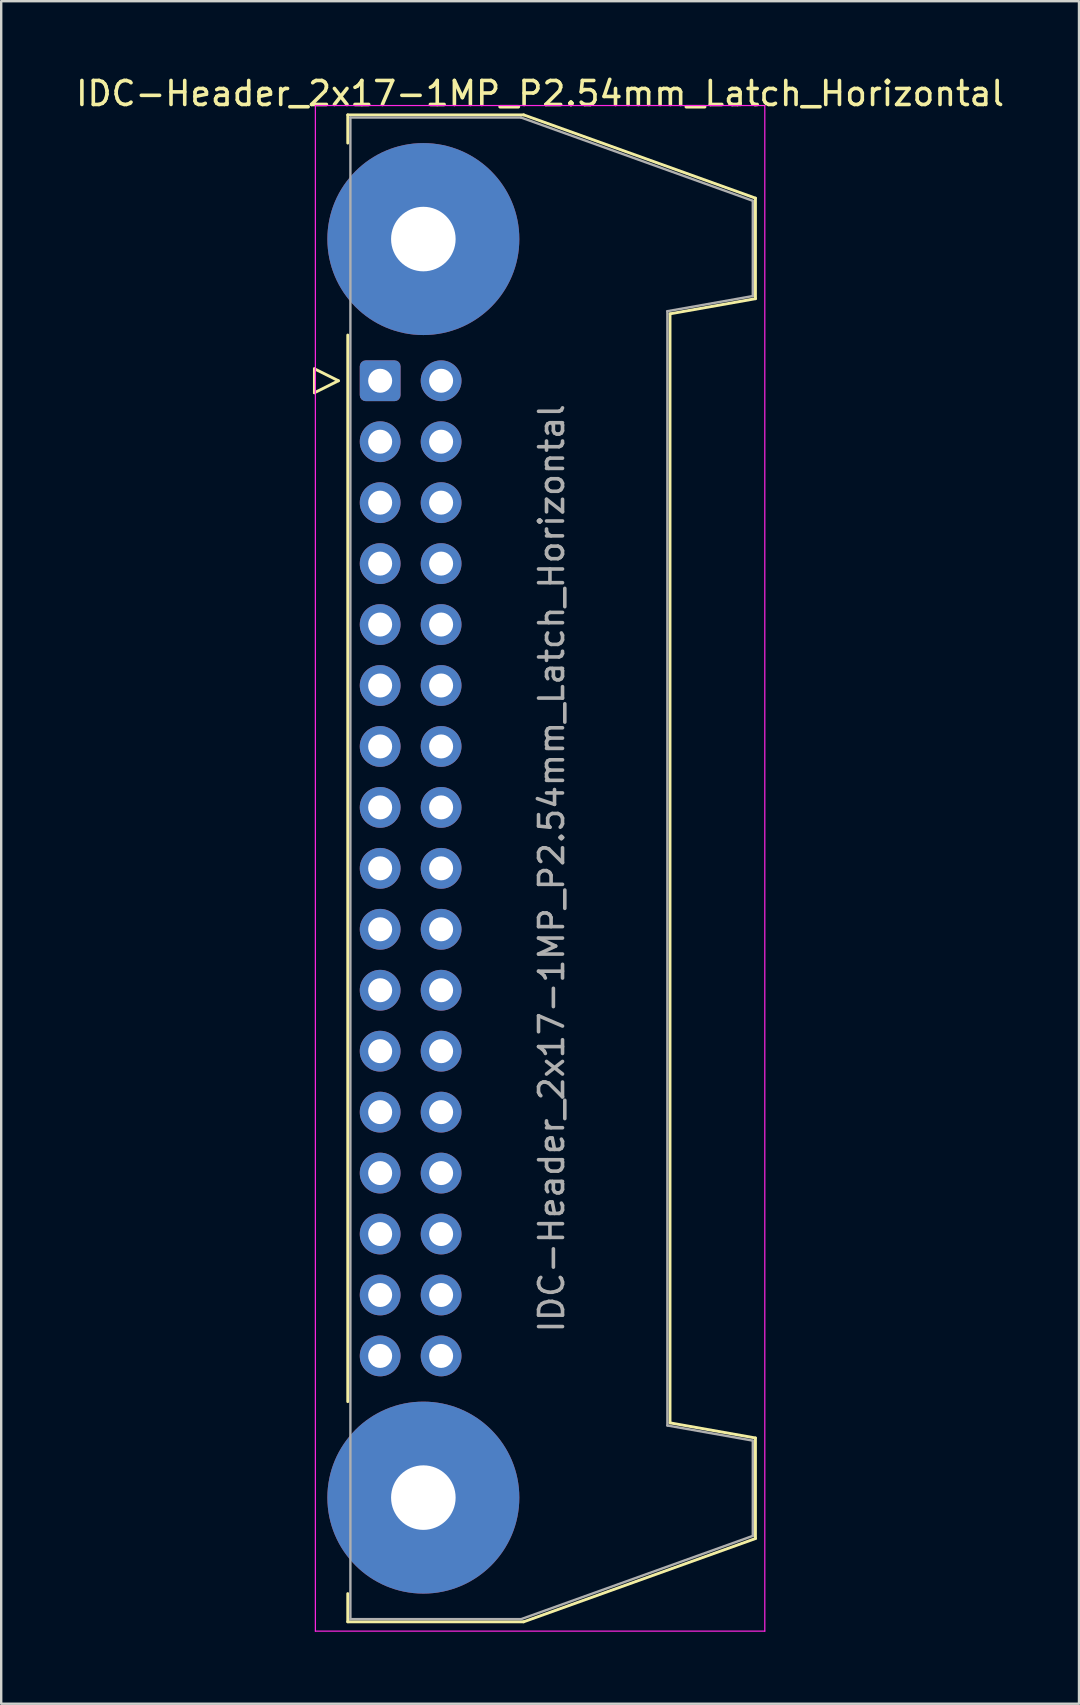
<source format=kicad_pcb>
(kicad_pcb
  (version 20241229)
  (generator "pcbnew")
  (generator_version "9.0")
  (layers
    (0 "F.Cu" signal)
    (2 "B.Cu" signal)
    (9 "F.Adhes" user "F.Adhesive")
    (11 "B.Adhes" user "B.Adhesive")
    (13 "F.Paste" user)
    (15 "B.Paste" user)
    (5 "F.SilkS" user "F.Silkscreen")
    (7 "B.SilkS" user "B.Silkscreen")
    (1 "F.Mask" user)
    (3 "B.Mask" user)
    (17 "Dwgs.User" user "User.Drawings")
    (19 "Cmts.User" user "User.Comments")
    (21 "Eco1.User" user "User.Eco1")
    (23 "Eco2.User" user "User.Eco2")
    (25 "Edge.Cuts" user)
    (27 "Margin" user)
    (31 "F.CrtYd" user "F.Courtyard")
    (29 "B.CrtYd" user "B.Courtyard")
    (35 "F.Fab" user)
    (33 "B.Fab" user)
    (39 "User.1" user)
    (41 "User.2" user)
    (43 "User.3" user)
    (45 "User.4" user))
  (footprint "IDC-Header_2x17-1MP_P2.54mm_Latch_Horizontal"
    (layer "F.Cu")
    (at 12.793 12.818)
    (property "Reference" "IDC-Header_2x17-1MP_P2.54mm_Latch_Horizontal" (at 6.665 -11.97 0) (layer "F.SilkS") (effects (font (size 1 1) (thickness 0.15))))
    (attr through_hole)
    (fp_line (start -2.74 -0.5) (end -2.74 0.5) (stroke (width 0.12) (type solid)) (layer "F.SilkS"))
    (fp_line (start -2.74 0.5) (end -1.74 0) (stroke (width 0.12) (type solid)) (layer "F.SilkS"))
    (fp_line (start -1.74 0) (end -2.74 -0.5) (stroke (width 0.12) (type solid)) (layer "F.SilkS"))
    (fp_line (start -1.35 -11.08) (end -1.35 -9.905) (stroke (width 0.12) (type solid)) (layer "F.SilkS"))
    (fp_line (start -1.35 -11.08) (end 5.98 -11.08) (stroke (width 0.12) (type solid)) (layer "F.SilkS"))
    (fp_line (start -1.35 -1.905) (end -1.35 42.545) (stroke (width 0.12) (type solid)) (layer "F.SilkS"))
    (fp_line (start -1.35 50.545) (end -1.35 51.72) (stroke (width 0.12) (type solid)) (layer "F.SilkS"))
    (fp_line (start 5.98 -11.08) (end 15.64 -7.61) (stroke (width 0.12) (type solid)) (layer "F.SilkS"))
    (fp_line (start 5.98 51.72) (end -1.35 51.72) (stroke (width 0.12) (type solid)) (layer "F.SilkS"))
    (fp_line (start 12.08 -2.79) (end 12.08 43.43) (stroke (width 0.12) (type solid)) (layer "F.SilkS"))
    (fp_line (start 12.08 43.43) (end 15.64 44.06) (stroke (width 0.12) (type solid)) (layer "F.SilkS"))
    (fp_line (start 15.64 -7.61) (end 15.64 -3.42) (stroke (width 0.12) (type solid)) (layer "F.SilkS"))
    (fp_line (start 15.64 -3.42) (end 12.08 -2.79) (stroke (width 0.12) (type solid)) (layer "F.SilkS"))
    (fp_line (start 15.64 44.06) (end 15.64 48.25) (stroke (width 0.12) (type solid)) (layer "F.SilkS"))
    (fp_line (start 15.64 48.25) (end 5.98 51.72) (stroke (width 0.12) (type solid)) (layer "F.SilkS"))
    (fp_line (start -2.7 -11.47) (end -2.7 52.11) (stroke (width 0.05) (type solid)) (layer "F.CrtYd"))
    (fp_line (start -2.7 52.11) (end 16.03 52.11) (stroke (width 0.05) (type solid)) (layer "F.CrtYd"))
    (fp_line (start 16.03 -11.47) (end -2.7 -11.47) (stroke (width 0.05) (type solid)) (layer "F.CrtYd"))
    (fp_line (start 16.03 52.11) (end 16.03 -11.47) (stroke (width 0.05) (type solid)) (layer "F.CrtYd"))
    (fp_line (start -1.24 -10.97) (end 5.87 -10.97) (stroke (width 0.1) (type solid)) (layer "F.Fab"))
    (fp_line (start -1.24 51.61) (end -1.24 -10.97) (stroke (width 0.1) (type solid)) (layer "F.Fab"))
    (fp_line (start 5.87 -10.97) (end 15.53 -7.5) (stroke (width 0.1) (type solid)) (layer "F.Fab"))
    (fp_line (start 5.87 51.61) (end -1.24 51.61) (stroke (width 0.1) (type solid)) (layer "F.Fab"))
    (fp_line (start 11.97 -2.9) (end 11.97 43.54) (stroke (width 0.1) (type solid)) (layer "F.Fab"))
    (fp_line (start 11.97 43.54) (end 15.53 44.17) (stroke (width 0.1) (type solid)) (layer "F.Fab"))
    (fp_line (start 15.53 -7.5) (end 15.53 -3.53) (stroke (width 0.1) (type solid)) (layer "F.Fab"))
    (fp_line (start 15.53 -3.53) (end 11.97 -2.9) (stroke (width 0.1) (type solid)) (layer "F.Fab"))
    (fp_line (start 15.53 44.17) (end 15.53 48.14) (stroke (width 0.1) (type solid)) (layer "F.Fab"))
    (fp_line (start 15.53 48.14) (end 5.87 51.61) (stroke (width 0.1) (type solid)) (layer "F.Fab"))
    (fp_text user "${REFERENCE}" (at 7.145 20.32 90) (layer "F.Fab") (effects (font (size 1 1) (thickness 0.15))))
    (pad "1" thru_hole roundrect (at 0 0) (size 1.7 1.7) (drill 1) (layers "*.Cu" "*.Mask") (roundrect_rratio 0.147))
    (pad "2" thru_hole circle (at 2.54 0) (size 1.7 1.7) (drill 1) (layers "*.Cu" "*.Mask"))
    (pad "3" thru_hole circle (at 0 2.54) (size 1.7 1.7) (drill 1) (layers "*.Cu" "*.Mask"))
    (pad "4" thru_hole circle (at 2.54 2.54) (size 1.7 1.7) (drill 1) (layers "*.Cu" "*.Mask"))
    (pad "5" thru_hole circle (at 0 5.08) (size 1.7 1.7) (drill 1) (layers "*.Cu" "*.Mask"))
    (pad "6" thru_hole circle (at 2.54 5.08) (size 1.7 1.7) (drill 1) (layers "*.Cu" "*.Mask"))
    (pad "7" thru_hole circle (at 0 7.62) (size 1.7 1.7) (drill 1) (layers "*.Cu" "*.Mask"))
    (pad "8" thru_hole circle (at 2.54 7.62) (size 1.7 1.7) (drill 1) (layers "*.Cu" "*.Mask"))
    (pad "9" thru_hole circle (at 0 10.16) (size 1.7 1.7) (drill 1) (layers "*.Cu" "*.Mask"))
    (pad "10" thru_hole circle (at 2.54 10.16) (size 1.7 1.7) (drill 1) (layers "*.Cu" "*.Mask"))
    (pad "11" thru_hole circle (at 0 12.7) (size 1.7 1.7) (drill 1) (layers "*.Cu" "*.Mask"))
    (pad "12" thru_hole circle (at 2.54 12.7) (size 1.7 1.7) (drill 1) (layers "*.Cu" "*.Mask"))
    (pad "13" thru_hole circle (at 0 15.24) (size 1.7 1.7) (drill 1) (layers "*.Cu" "*.Mask"))
    (pad "14" thru_hole circle (at 2.54 15.24) (size 1.7 1.7) (drill 1) (layers "*.Cu" "*.Mask"))
    (pad "15" thru_hole circle (at 0 17.78) (size 1.7 1.7) (drill 1) (layers "*.Cu" "*.Mask"))
    (pad "16" thru_hole circle (at 2.54 17.78) (size 1.7 1.7) (drill 1) (layers "*.Cu" "*.Mask"))
    (pad "17" thru_hole circle (at 0 20.32) (size 1.7 1.7) (drill 1) (layers "*.Cu" "*.Mask"))
    (pad "18" thru_hole circle (at 2.54 20.32) (size 1.7 1.7) (drill 1) (layers "*.Cu" "*.Mask"))
    (pad "19" thru_hole circle (at 0 22.86) (size 1.7 1.7) (drill 1) (layers "*.Cu" "*.Mask"))
    (pad "20" thru_hole circle (at 2.54 22.86) (size 1.7 1.7) (drill 1) (layers "*.Cu" "*.Mask"))
    (pad "21" thru_hole circle (at 0 25.4) (size 1.7 1.7) (drill 1) (layers "*.Cu" "*.Mask"))
    (pad "22" thru_hole circle (at 2.54 25.4) (size 1.7 1.7) (drill 1) (layers "*.Cu" "*.Mask"))
    (pad "23" thru_hole circle (at 0 27.94) (size 1.7 1.7) (drill 1) (layers "*.Cu" "*.Mask"))
    (pad "24" thru_hole circle (at 2.54 27.94) (size 1.7 1.7) (drill 1) (layers "*.Cu" "*.Mask"))
    (pad "25" thru_hole circle (at 0 30.48) (size 1.7 1.7) (drill 1) (layers "*.Cu" "*.Mask"))
    (pad "26" thru_hole circle (at 2.54 30.48) (size 1.7 1.7) (drill 1) (layers "*.Cu" "*.Mask"))
    (pad "27" thru_hole circle (at 0 33.02) (size 1.7 1.7) (drill 1) (layers "*.Cu" "*.Mask"))
    (pad "28" thru_hole circle (at 2.54 33.02) (size 1.7 1.7) (drill 1) (layers "*.Cu" "*.Mask"))
    (pad "29" thru_hole circle (at 0 35.56) (size 1.7 1.7) (drill 1) (layers "*.Cu" "*.Mask"))
    (pad "30" thru_hole circle (at 2.54 35.56) (size 1.7 1.7) (drill 1) (layers "*.Cu" "*.Mask"))
    (pad "31" thru_hole circle (at 0 38.1) (size 1.7 1.7) (drill 1) (layers "*.Cu" "*.Mask"))
    (pad "32" thru_hole circle (at 2.54 38.1) (size 1.7 1.7) (drill 1) (layers "*.Cu" "*.Mask"))
    (pad "33" thru_hole circle (at 0 40.64) (size 1.7 1.7) (drill 1) (layers "*.Cu" "*.Mask"))
    (pad "34" thru_hole circle (at 2.54 40.64) (size 1.7 1.7) (drill 1) (layers "*.Cu" "*.Mask"))
    (pad "MP" thru_hole circle (at 1.8 -5.905) (size 8 8) (drill 2.69) (layers "*.Cu" "*.Mask"))
    (pad "MP" thru_hole circle (at 1.8 46.545) (size 8 8) (drill 2.69) (layers "*.Cu" "*.Mask")))
  (gr_rect
    (start -3 -3)
    (end 41.917 67.953)
    (stroke (width 0.1) (type default))
    (fill no)
    (layer "Edge.Cuts")))
</source>
